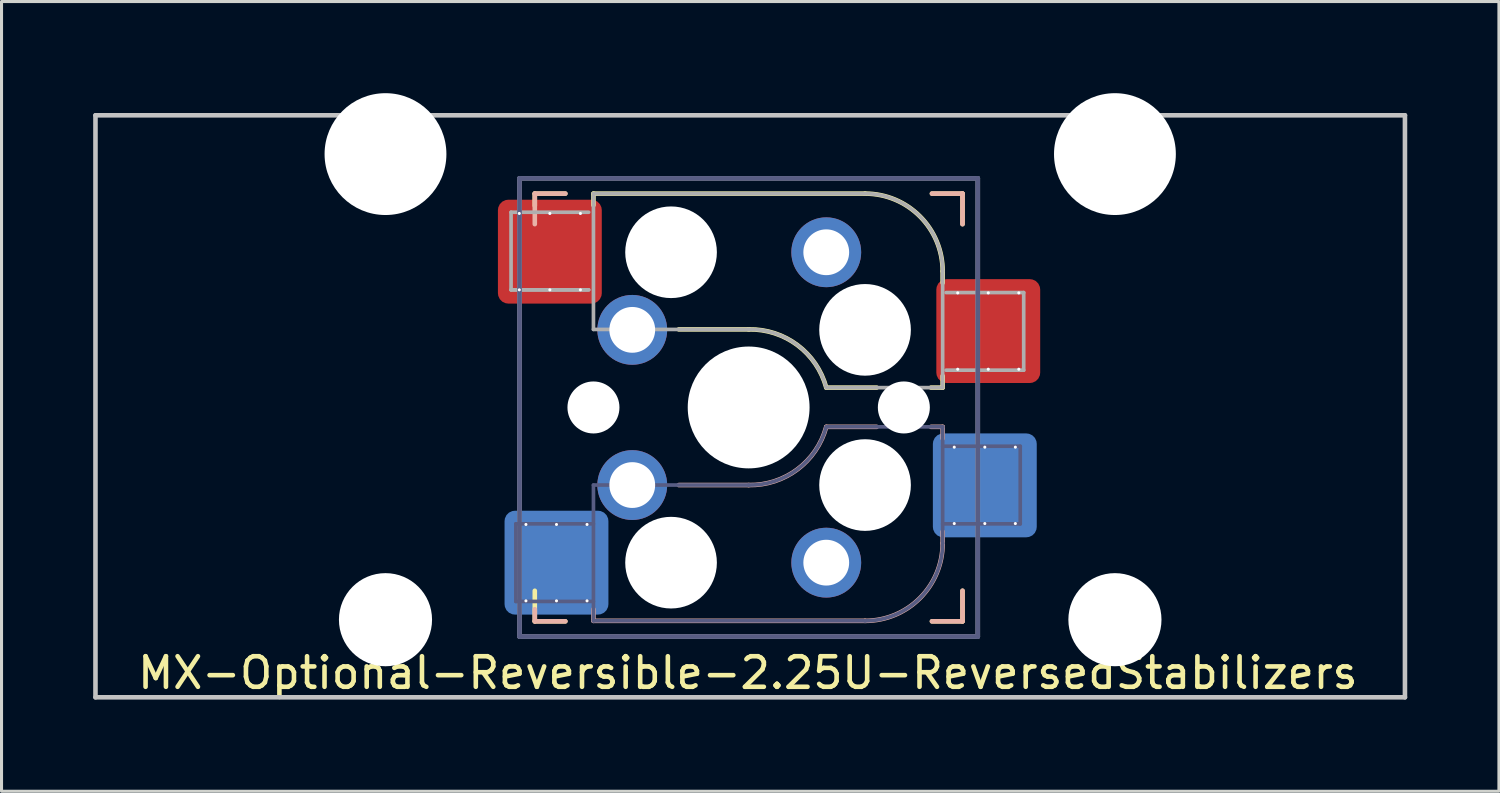
<source format=kicad_pcb>
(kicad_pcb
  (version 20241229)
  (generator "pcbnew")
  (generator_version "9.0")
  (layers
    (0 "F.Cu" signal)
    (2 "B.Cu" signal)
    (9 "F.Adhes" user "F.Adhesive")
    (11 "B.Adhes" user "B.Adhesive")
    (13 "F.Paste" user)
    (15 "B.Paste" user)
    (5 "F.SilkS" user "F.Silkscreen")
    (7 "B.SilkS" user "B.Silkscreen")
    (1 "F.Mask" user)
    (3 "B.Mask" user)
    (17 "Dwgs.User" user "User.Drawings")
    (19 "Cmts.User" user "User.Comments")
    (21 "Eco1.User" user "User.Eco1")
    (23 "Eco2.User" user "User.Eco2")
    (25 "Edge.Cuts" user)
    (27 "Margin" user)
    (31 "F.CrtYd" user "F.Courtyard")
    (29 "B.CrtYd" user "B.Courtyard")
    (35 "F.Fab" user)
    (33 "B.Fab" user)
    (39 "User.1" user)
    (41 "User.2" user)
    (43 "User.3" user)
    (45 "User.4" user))
  (footprint "MX-Optional-Reversible-2.25U-ReversedStabilizers"
    (layer "F.Cu")
    (at 21.506 10.249)
    (property "Reference" "MX-Optional-Reversible-2.25U-ReversedStabilizers" (at -0.077 8.726 180) (layer "F.SilkS") (effects (font (size 1 1) (thickness 0.15))))
    (attr smd)
    (fp_rect (start -8.258 -6.062) (end -4.858 -4.062) (stroke (width 0.1) (type solid)) (fill yes) (layer "F.Mask"))
    (fp_rect (start 6.092 -3.462) (end 9.492 -1.462) (stroke (width 0.1) (type solid)) (fill yes) (layer "F.Mask"))
    (fp_rect (start -8.041 4.118) (end -4.641 6.118) (stroke (width 0.1) (type solid)) (fill yes) (layer "B.Mask"))
    (fp_rect (start 5.979 1.588) (end 9.379 3.588) (stroke (width 0.1) (type solid)) (fill yes) (layer "B.Mask"))
    (fp_line (start -7.051 -6.962) (end -6.051 -6.962) (stroke (width 0.15) (type solid)) (layer "F.SilkS"))
    (fp_line (start -7.051 -6.566) (end -7.051 -6.962) (stroke (width 0.15) (type solid)) (layer "F.SilkS"))
    (fp_line (start -7.051 7.038) (end -7.051 6.038) (stroke (width 0.15) (type solid)) (layer "F.SilkS"))
    (fp_line (start -6.051 7.038) (end -7.051 7.038) (stroke (width 0.15) (type solid)) (layer "F.SilkS"))
    (fp_line (start -5.131 -6.581) (end -5.131 -6.962) (stroke (width 0.15) (type solid)) (layer "F.SilkS"))
    (fp_line (start -2.337 -2.517) (end -0.051 -2.517) (stroke (width 0.15) (type solid)) (layer "F.SilkS"))
    (fp_line (start 2.489 -0.612) (end 4.14 -0.612) (stroke (width 0.15) (type solid)) (layer "F.SilkS"))
    (fp_line (start 3.759 -6.962) (end -5.131 -6.962) (stroke (width 0.15) (type solid)) (layer "F.SilkS"))
    (fp_line (start 5.918 -0.612) (end 6.299 -0.612) (stroke (width 0.15) (type solid)) (layer "F.SilkS"))
    (fp_line (start 5.949 -6.962) (end 6.949 -6.962) (stroke (width 0.15) (type solid)) (layer "F.SilkS"))
    (fp_line (start 6.299 -4.041) (end 6.299 -4.422) (stroke (width 0.15) (type solid)) (layer "F.SilkS"))
    (fp_line (start 6.299 -0.612) (end 6.299 -0.993) (stroke (width 0.15) (type solid)) (layer "F.SilkS"))
    (fp_line (start 6.949 -6.962) (end 6.949 -5.962) (stroke (width 0.15) (type solid)) (layer "F.SilkS"))
    (fp_line (start 6.949 6.038) (end 6.949 7.038) (stroke (width 0.15) (type solid)) (layer "F.SilkS"))
    (fp_line (start 6.949 7.038) (end 5.949 7.038) (stroke (width 0.15) (type solid)) (layer "F.SilkS"))
    (fp_arc (start -0.05085 -2.51696) (mid 1.54712 -2.001754) (end 2.48915 -0.61196) (stroke (width 0.15) (type solid)) (layer "F.SilkS"))
    (fp_arc (start 3.75915 -6.96196) (mid 5.555201 -6.218011) (end 6.29915 -4.42196) (stroke (width 0.15) (type solid)) (layer "F.SilkS"))
    (fp_line (start -7.051 -6.962) (end -6.051 -6.962) (stroke (width 0.15) (type solid)) (layer "B.SilkS"))
    (fp_line (start -7.051 -5.962) (end -7.051 -6.962) (stroke (width 0.15) (type solid)) (layer "B.SilkS"))
    (fp_line (start -7.051 7.038) (end -7.051 6.642) (stroke (width 0.15) (type solid)) (layer "B.SilkS"))
    (fp_line (start -6.051 7.038) (end -7.051 7.038) (stroke (width 0.15) (type solid)) (layer "B.SilkS"))
    (fp_line (start -5.131 7.023) (end -5.131 6.642) (stroke (width 0.15) (type solid)) (layer "B.SilkS"))
    (fp_line (start -5.131 7.023) (end 3.759 7.023) (stroke (width 0.15) (type solid)) (layer "B.SilkS"))
    (fp_line (start -0.051 2.578) (end -2.337 2.578) (stroke (width 0.15) (type solid)) (layer "B.SilkS"))
    (fp_line (start 4.14 0.673) (end 2.489 0.673) (stroke (width 0.15) (type solid)) (layer "B.SilkS"))
    (fp_line (start 5.949 -6.962) (end 6.949 -6.962) (stroke (width 0.15) (type solid)) (layer "B.SilkS"))
    (fp_line (start 6.299 0.673) (end 5.918 0.673) (stroke (width 0.15) (type solid)) (layer "B.SilkS"))
    (fp_line (start 6.299 1.054) (end 6.299 0.673) (stroke (width 0.15) (type solid)) (layer "B.SilkS"))
    (fp_line (start 6.299 4.483) (end 6.299 4.102) (stroke (width 0.15) (type solid)) (layer "B.SilkS"))
    (fp_line (start 6.949 -6.962) (end 6.949 -5.962) (stroke (width 0.15) (type solid)) (layer "B.SilkS"))
    (fp_line (start 6.949 6.038) (end 6.949 7.038) (stroke (width 0.15) (type solid)) (layer "B.SilkS"))
    (fp_line (start 6.949 7.038) (end 5.949 7.038) (stroke (width 0.15) (type solid)) (layer "B.SilkS"))
    (fp_arc (start 2.48915 0.67304) (mid 1.547119 2.062831) (end -0.05085 2.57804) (stroke (width 0.15) (type solid)) (layer "B.SilkS"))
    (fp_arc (start 6.29915 4.48304) (mid 5.555201 6.279091) (end 3.75915 7.02304) (stroke (width 0.15) (type solid)) (layer "B.SilkS"))
    (fp_line (start -21.431 9.525) (end -21.431 -9.525) (stroke (width 0.15) (type solid)) (layer "Dwgs.User"))
    (fp_line (start 21.431 -9.525) (end -21.431 -9.525) (stroke (width 0.15) (type solid)) (layer "Dwgs.User"))
    (fp_line (start 21.431 9.525) (end -21.431 9.525) (stroke (width 0.15) (type solid)) (layer "Dwgs.User"))
    (fp_line (start 21.431 9.525) (end 21.431 -9.525) (stroke (width 0.15) (type solid)) (layer "Dwgs.User"))
    (fp_line (start -6.951 6.938) (end -6.951 -6.862) (stroke (width 0.15) (type solid)) (layer "Eco2.User"))
    (fp_line (start -6.951 6.938) (end 6.849 6.938) (stroke (width 0.15) (type solid)) (layer "Eco2.User"))
    (fp_line (start 6.849 -6.862) (end -6.951 -6.862) (stroke (width 0.15) (type solid)) (layer "Eco2.User"))
    (fp_line (start 6.849 -6.862) (end 6.849 6.938) (stroke (width 0.15) (type solid)) (layer "Eco2.User"))
    (fp_line (start -7.671 3.848) (end -7.671 6.388) (stroke (width 0.12) (type solid)) (layer "B.Fab"))
    (fp_line (start -7.671 6.388) (end -5.131 6.388) (stroke (width 0.12) (type solid)) (layer "B.Fab"))
    (fp_line (start -7.551 -7.462) (end 7.449 -7.462) (stroke (width 0.15) (type solid)) (layer "B.Fab"))
    (fp_line (start -7.551 7.538) (end -7.551 -7.462) (stroke (width 0.15) (type solid)) (layer "B.Fab"))
    (fp_line (start -5.131 2.578) (end -5.131 7.023) (stroke (width 0.12) (type solid)) (layer "B.Fab"))
    (fp_line (start -5.131 3.848) (end -7.671 3.848) (stroke (width 0.12) (type solid)) (layer "B.Fab"))
    (fp_line (start -5.131 7.023) (end 3.759 7.023) (stroke (width 0.12) (type solid)) (layer "B.Fab"))
    (fp_line (start -0.051 2.578) (end -5.131 2.578) (stroke (width 0.12) (type solid)) (layer "B.Fab"))
    (fp_line (start 6.299 0.673) (end 2.489 0.673) (stroke (width 0.12) (type solid)) (layer "B.Fab"))
    (fp_line (start 6.299 3.848) (end 8.839 3.848) (stroke (width 0.12) (type solid)) (layer "B.Fab"))
    (fp_line (start 6.299 4.483) (end 6.299 0.673) (stroke (width 0.12) (type solid)) (layer "B.Fab"))
    (fp_line (start 7.449 -7.462) (end 7.449 7.538) (stroke (width 0.15) (type solid)) (layer "B.Fab"))
    (fp_line (start 7.449 7.538) (end -7.551 7.538) (stroke (width 0.15) (type solid)) (layer "B.Fab"))
    (fp_line (start 8.839 1.308) (end 6.299 1.308) (stroke (width 0.12) (type solid)) (layer "B.Fab"))
    (fp_line (start 8.839 3.848) (end 8.839 1.308) (stroke (width 0.12) (type solid)) (layer "B.Fab"))
    (fp_arc (start 2.48915 0.67304) (mid 1.547119 2.062831) (end -0.05085 2.57804) (stroke (width 0.12) (type solid)) (layer "B.Fab"))
    (fp_arc (start 6.29915 4.48304) (mid 5.555201 6.279091) (end 3.75915 7.02304) (stroke (width 0.12) (type solid)) (layer "B.Fab"))
    (fp_line (start -7.828 -6.352) (end -7.828 -3.812) (stroke (width 0.12) (type solid)) (layer "F.Fab"))
    (fp_line (start -7.828 -3.812) (end -5.288 -3.812) (stroke (width 0.12) (type solid)) (layer "F.Fab"))
    (fp_line (start -7.828 -3.812) (end -5.288 -3.812) (stroke (width 0.12) (type solid)) (layer "F.Fab"))
    (fp_line (start -7.551 -7.462) (end 7.449 -7.462) (stroke (width 0.15) (type solid)) (layer "F.Fab"))
    (fp_line (start -7.551 7.538) (end -7.551 -7.462) (stroke (width 0.15) (type solid)) (layer "F.Fab"))
    (fp_line (start -5.288 -6.352) (end -7.828 -6.352) (stroke (width 0.12) (type solid)) (layer "F.Fab"))
    (fp_line (start -5.131 -6.962) (end -5.131 -2.517) (stroke (width 0.12) (type solid)) (layer "F.Fab"))
    (fp_line (start -5.131 -2.517) (end -0.051 -2.517) (stroke (width 0.12) (type solid)) (layer "F.Fab"))
    (fp_line (start 2.489 -0.612) (end 6.299 -0.612) (stroke (width 0.12) (type solid)) (layer "F.Fab"))
    (fp_line (start 3.759 -6.962) (end -5.131 -6.962) (stroke (width 0.12) (type solid)) (layer "F.Fab"))
    (fp_line (start 6.299 -0.612) (end 6.299 -4.422) (stroke (width 0.12) (type solid)) (layer "F.Fab"))
    (fp_line (start 6.412 -1.182) (end 8.952 -1.182) (stroke (width 0.12) (type solid)) (layer "F.Fab"))
    (fp_line (start 7.449 -7.462) (end 7.449 7.538) (stroke (width 0.15) (type solid)) (layer "F.Fab"))
    (fp_line (start 7.449 7.538) (end -7.551 7.538) (stroke (width 0.15) (type solid)) (layer "F.Fab"))
    (fp_line (start 8.952 -3.722) (end 6.412 -3.722) (stroke (width 0.12) (type solid)) (layer "F.Fab"))
    (fp_line (start 8.952 -1.182) (end 8.952 -3.722) (stroke (width 0.12) (type solid)) (layer "F.Fab"))
    (fp_arc (start -0.05085 -2.51696) (mid 1.547122 -2.001755) (end 2.48915 -0.61196) (stroke (width 0.12) (type solid)) (layer "F.Fab"))
    (fp_arc (start 3.75915 -6.96196) (mid 5.555201 -6.218011) (end 6.29915 -4.42196) (stroke (width 0.12) (type solid)) (layer "F.Fab"))
    (pad "" np_thru_hole circle (at -11.938 -8.255) (size 3.988 3.988) (drill 3.988) (layers "*.Cu" "*.Mask"))
    (pad "" np_thru_hole circle (at -11.938 6.985) (size 3.048 3.048) (drill 3.048) (layers "*.Cu" "*.Mask"))
    (pad "" np_thru_hole circle (at -5.131 0.038) (size 1.702 1.702) (drill 1.702) (layers "*.Cu" "*.Mask"))
    (pad "" np_thru_hole circle (at -2.591 -5.042) (size 3 3) (drill 3) (layers "*.Cu" "*.Mask"))
    (pad "" np_thru_hole circle (at -2.591 5.118) (size 3 3) (drill 3) (layers "*.Cu" "*.Mask"))
    (pad "" np_thru_hole circle (at -0.051 0.038) (size 3.988 3.988) (drill 3.988) (layers "*.Cu" "*.Mask"))
    (pad "" np_thru_hole circle (at 3.759 -2.502) (size 3 3) (drill 3) (layers "*.Cu" "*.Mask"))
    (pad "" np_thru_hole circle (at 3.759 2.578) (size 3 3) (drill 3) (layers "*.Cu" "*.Mask"))
    (pad "" np_thru_hole circle (at 5.029 0.038) (size 1.702 1.702) (drill 1.702) (layers "*.Cu" "*.Mask"))
    (pad "" np_thru_hole circle (at 11.938 -8.255) (size 3.988 3.988) (drill 3.988) (layers "*.Cu" "*.Mask"))
    (pad "" np_thru_hole circle (at 11.938 6.985) (size 3.048 3.048) (drill 3.048) (layers "*.Cu" "*.Mask"))
    (pad "1" thru_hole circle (at -7.558 -6.312 270) (size 0.1 0.1) (drill 0.3) (layers "*.Cu" "*.Mask"))
    (pad "1" thru_hole circle (at -7.558 -3.812 270) (size 0.1 0.1) (drill 0.3) (layers "*.Cu" "*.Mask"))
    (pad "1" thru_hole circle (at -7.341 3.868 270) (size 0.1 0.1) (drill 0.3) (layers "*.Cu" "*.Mask"))
    (pad "1" thru_hole circle (at -7.341 6.368 270) (size 0.1 0.1) (drill 0.3) (layers "*.Cu" "*.Mask"))
    (pad "1" thru_hole circle (at -6.558 -6.312 270) (size 0.1 0.1) (drill 0.3) (layers "*.Cu"))
    (pad "1" smd roundrect (at -6.558 -5.062 180) (size 3.4 3.4) (property pad_prop_bga) (layers "F.Cu" "F.Paste") (roundrect_rratio 0.1))
    (pad "1" thru_hole circle (at -6.558 -3.812 270) (size 0.1 0.1) (drill 0.3) (layers "*.Cu" "*.Mask"))
    (pad "1" thru_hole circle (at -6.341 3.868 270) (size 0.1 0.1) (drill 0.3) (layers "*.Cu"))
    (pad "1" smd roundrect (at -6.341 5.118) (size 3.4 3.4) (property pad_prop_bga) (layers "B.Cu" "B.Paste") (roundrect_rratio 0.1))
    (pad "1" thru_hole circle (at -6.341 6.368 270) (size 0.1 0.1) (drill 0.3) (layers "*.Cu" "*.Mask"))
    (pad "1" thru_hole circle (at -5.558 -6.312 270) (size 0.1 0.1) (drill 0.3) (layers "*.Cu"))
    (pad "1" thru_hole circle (at -5.558 -3.812 270) (size 0.1 0.1) (drill 0.3) (layers "*.Cu" "*.Mask"))
    (pad "1" thru_hole circle (at -5.341 3.868 270) (size 0.1 0.1) (drill 0.3) (layers "*.Cu"))
    (pad "1" thru_hole circle (at -5.341 6.368 270) (size 0.1 0.1) (drill 0.3) (layers "*.Cu" "*.Mask"))
    (pad "1" thru_hole circle (at -3.861 -2.502) (size 2.286 2.286) (drill 1.499) (layers "*.Cu" "*.Mask"))
    (pad "1" thru_hole circle (at -3.861 2.578) (size 2.286 2.286) (drill 1.499) (layers "*.Cu" "*.Mask"))
    (pad "2" thru_hole circle (at 2.489 -5.042) (size 2.286 2.286) (drill 1.499) (layers "*.Cu" "*.Mask"))
    (pad "2" thru_hole circle (at 2.489 5.118) (size 2.286 2.286) (drill 1.499) (layers "*.Cu" "*.Mask"))
    (pad "2" thru_hole circle (at 6.679 1.338 270) (size 0.1 0.1) (drill 0.3) (layers "*.Cu" "*.Mask"))
    (pad "2" thru_hole circle (at 6.679 3.838 270) (size 0.1 0.1) (drill 0.3) (layers "*.Cu" "*.Mask"))
    (pad "2" thru_hole circle (at 6.792 -3.712 270) (size 0.1 0.1) (drill 0.3) (layers "*.Cu" "*.Mask"))
    (pad "2" thru_hole circle (at 6.792 -1.212 270) (size 0.1 0.1) (drill 0.3) (layers "*.Cu" "*.Mask"))
    (pad "2" thru_hole circle (at 7.679 1.338 270) (size 0.1 0.1) (drill 0.3) (layers "*.Cu" "*.Mask"))
    (pad "2" smd roundrect (at 7.679 2.588) (size 3.4 3.4) (property pad_prop_bga) (layers "B.Cu" "B.Paste") (roundrect_rratio 0.1))
    (pad "2" thru_hole circle (at 7.679 3.838 270) (size 0.1 0.1) (drill 0.3) (layers "*.Cu"))
    (pad "2" thru_hole circle (at 7.792 -3.712 270) (size 0.1 0.1) (drill 0.3) (layers "*.Cu"))
    (pad "2" smd roundrect (at 7.792 -2.462 180) (size 3.4 3.4) (property pad_prop_bga) (layers "F.Cu" "F.Paste") (roundrect_rratio 0.1))
    (pad "2" thru_hole circle (at 7.792 -1.212 270) (size 0.1 0.1) (drill 0.3) (layers "*.Cu" "*.Mask"))
    (pad "2" thru_hole circle (at 8.679 1.338 270) (size 0.1 0.1) (drill 0.3) (layers "*.Cu" "*.Mask"))
    (pad "2" thru_hole circle (at 8.679 3.838 270) (size 0.1 0.1) (drill 0.3) (layers "*.Cu"))
    (pad "2" thru_hole circle (at 8.792 -3.712 270) (size 0.1 0.1) (drill 0.3) (layers "*.Cu"))
    (pad "2" thru_hole circle (at 8.792 -1.212 270) (size 0.1 0.1) (drill 0.3) (layers "*.Cu" "*.Mask")))
  (gr_rect
    (start -3 -3)
    (end 46.013 22.849)
    (stroke (width 0.1) (type default))
    (fill no)
    (layer "Edge.Cuts")))
</source>
